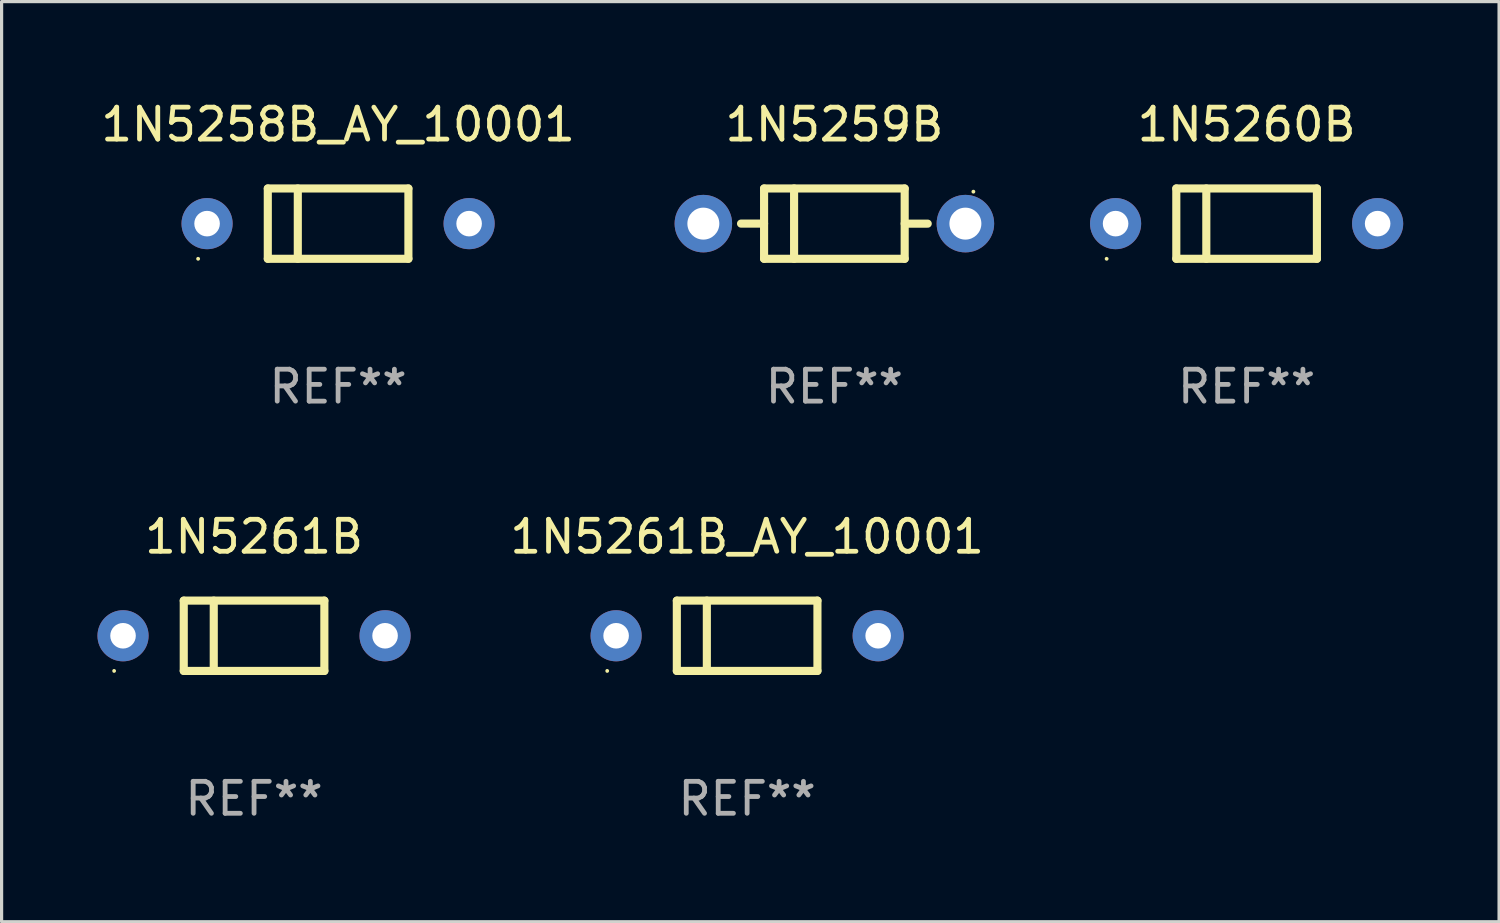
<source format=kicad_pcb>
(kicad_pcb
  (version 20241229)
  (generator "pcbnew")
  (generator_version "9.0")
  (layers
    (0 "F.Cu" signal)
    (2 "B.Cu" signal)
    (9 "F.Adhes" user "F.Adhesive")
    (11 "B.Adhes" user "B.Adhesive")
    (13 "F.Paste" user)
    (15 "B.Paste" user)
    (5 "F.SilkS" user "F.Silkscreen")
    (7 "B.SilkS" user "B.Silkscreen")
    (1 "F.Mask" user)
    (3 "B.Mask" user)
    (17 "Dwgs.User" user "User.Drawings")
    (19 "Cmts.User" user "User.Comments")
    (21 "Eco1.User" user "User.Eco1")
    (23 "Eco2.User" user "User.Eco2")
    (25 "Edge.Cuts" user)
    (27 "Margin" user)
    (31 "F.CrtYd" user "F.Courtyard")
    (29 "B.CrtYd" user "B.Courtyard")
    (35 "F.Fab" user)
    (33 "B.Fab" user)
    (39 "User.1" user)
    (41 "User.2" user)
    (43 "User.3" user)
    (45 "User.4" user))
  (footprint "1N5259B"
    (layer "F.Cu")
    (at 23.06 3.948)
    (property "Reference" "1N5259B" (at 0 -3.1 0) (layer "F.SilkS") (effects (font (size 1 1) (thickness 0.15))))
    (attr through_hole)
    (fp_line (start -2.2 -1.1) (end -2.2 1.1) (stroke (width 0.254) (type solid)) (layer "F.SilkS"))
    (fp_line (start -2.2 -1.1) (end 2.2 -1.1) (stroke (width 0.254) (type solid)) (layer "F.SilkS"))
    (fp_line (start -2.2 -0.001) (end -2.921 -0.001) (stroke (width 0.254) (type solid)) (layer "F.SilkS"))
    (fp_line (start -2.2 1.1) (end 2.2 1.1) (stroke (width 0.254) (type solid)) (layer "F.SilkS"))
    (fp_line (start -1.261 -1.1) (end -1.261 1.1) (stroke (width 0.254) (type solid)) (layer "F.SilkS"))
    (fp_line (start 2.2 -1.1) (end 2.2 1.1) (stroke (width 0.254) (type solid)) (layer "F.SilkS"))
    (fp_line (start 2.2 0.001) (end 2.921 0.001) (stroke (width 0.254) (type solid)) (layer "F.SilkS"))
    (fp_circle (center 4.35 -1) (end 4.38 -1) (stroke (width 0.06) (type solid)) (fill no) (layer "F.SilkS"))
    (fp_text user "REF**" (at 0 5.1 0) (layer "F.Fab") (effects (font (size 1 1) (thickness 0.15))))
    (pad "1" thru_hole circle (at 4.1 0) (size 1.8 1.8) (drill 1) (layers "*.Cu" "*.Mask"))
    (pad "2" thru_hole circle (at -4.1 0) (size 1.8 1.8) (drill 1) (layers "*.Cu" "*.Mask")))
  (footprint "1N5261B"
    (layer "F.Cu")
    (at 4.9 16.845)
    (property "Reference" "1N5261B" (at 0 -3.1 0) (layer "F.SilkS") (effects (font (size 1 1) (thickness 0.15))))
    (attr through_hole)
    (fp_line (start -2.2 -1.1) (end -2.2 1.1) (stroke (width 0.254) (type solid)) (layer "F.SilkS"))
    (fp_line (start -2.2 -1.1) (end 2.2 -1.1) (stroke (width 0.254) (type solid)) (layer "F.SilkS"))
    (fp_line (start -2.2 1.1) (end 2.2 1.1) (stroke (width 0.254) (type solid)) (layer "F.SilkS"))
    (fp_line (start -1.261 -1.1) (end -1.261 1.1) (stroke (width 0.254) (type solid)) (layer "F.SilkS"))
    (fp_line (start 2.2 -1.1) (end 2.2 1.1) (stroke (width 0.254) (type solid)) (layer "F.SilkS"))
    (fp_circle (center -4.38 1.1) (end -4.35 1.1) (stroke (width 0.06) (type solid)) (fill no) (layer "F.SilkS"))
    (fp_text user "REF**" (at 0 5.1 0) (layer "F.Fab") (effects (font (size 1 1) (thickness 0.15))))
    (pad "1" thru_hole circle (at -4.1 0) (size 1.6 1.6) (drill 0.8) (layers "*.Cu" "*.Mask"))
    (pad "2" thru_hole circle (at 4.1 0) (size 1.6 1.6) (drill 0.8) (layers "*.Cu" "*.Mask")))
  (footprint "1N5260B"
    (layer "F.Cu")
    (at 35.96 3.948)
    (property "Reference" "1N5260B" (at 0 -3.1 0) (layer "F.SilkS") (effects (font (size 1 1) (thickness 0.15))))
    (attr through_hole)
    (fp_line (start -2.2 -1.1) (end -2.2 1.1) (stroke (width 0.254) (type solid)) (layer "F.SilkS"))
    (fp_line (start -2.2 -1.1) (end 2.2 -1.1) (stroke (width 0.254) (type solid)) (layer "F.SilkS"))
    (fp_line (start -2.2 1.1) (end 2.2 1.1) (stroke (width 0.254) (type solid)) (layer "F.SilkS"))
    (fp_line (start -1.261 -1.1) (end -1.261 1.1) (stroke (width 0.254) (type solid)) (layer "F.SilkS"))
    (fp_line (start 2.2 -1.1) (end 2.2 1.1) (stroke (width 0.254) (type solid)) (layer "F.SilkS"))
    (fp_circle (center -4.38 1.1) (end -4.35 1.1) (stroke (width 0.06) (type solid)) (fill no) (layer "F.SilkS"))
    (fp_text user "REF**" (at 0 5.1 0) (layer "F.Fab") (effects (font (size 1 1) (thickness 0.15))))
    (pad "1" thru_hole circle (at -4.1 0) (size 1.6 1.6) (drill 0.8) (layers "*.Cu" "*.Mask"))
    (pad "2" thru_hole circle (at 4.1 0) (size 1.6 1.6) (drill 0.8) (layers "*.Cu" "*.Mask")))
  (footprint "1N5258B_AY_10001"
    (layer "F.Cu")
    (at 7.53 3.948)
    (property "Reference" "1N5258B_AY_10001" (at 0 -3.1 0) (layer "F.SilkS") (effects (font (size 1 1) (thickness 0.15))))
    (attr through_hole)
    (fp_line (start -2.2 -1.1) (end -2.2 1.1) (stroke (width 0.254) (type solid)) (layer "F.SilkS"))
    (fp_line (start -2.2 -1.1) (end 2.2 -1.1) (stroke (width 0.254) (type solid)) (layer "F.SilkS"))
    (fp_line (start -2.2 1.1) (end 2.2 1.1) (stroke (width 0.254) (type solid)) (layer "F.SilkS"))
    (fp_line (start -1.261 -1.1) (end -1.261 1.1) (stroke (width 0.254) (type solid)) (layer "F.SilkS"))
    (fp_line (start 2.2 -1.1) (end 2.2 1.1) (stroke (width 0.254) (type solid)) (layer "F.SilkS"))
    (fp_circle (center -4.38 1.1) (end -4.35 1.1) (stroke (width 0.06) (type solid)) (fill no) (layer "F.SilkS"))
    (fp_text user "REF**" (at 0 5.1 0) (layer "F.Fab") (effects (font (size 1 1) (thickness 0.15))))
    (pad "1" thru_hole circle (at -4.1 0) (size 1.6 1.6) (drill 0.8) (layers "*.Cu" "*.Mask"))
    (pad "2" thru_hole circle (at 4.1 0) (size 1.6 1.6) (drill 0.8) (layers "*.Cu" "*.Mask")))
  (footprint "1N5261B_AY_10001"
    (layer "F.Cu")
    (at 20.33 16.845)
    (property "Reference" "1N5261B_AY_10001" (at 0 -3.1 0) (layer "F.SilkS") (effects (font (size 1 1) (thickness 0.15))))
    (attr through_hole)
    (fp_line (start -2.2 -1.1) (end -2.2 1.1) (stroke (width 0.254) (type solid)) (layer "F.SilkS"))
    (fp_line (start -2.2 -1.1) (end 2.2 -1.1) (stroke (width 0.254) (type solid)) (layer "F.SilkS"))
    (fp_line (start -2.2 1.1) (end 2.2 1.1) (stroke (width 0.254) (type solid)) (layer "F.SilkS"))
    (fp_line (start -1.261 -1.1) (end -1.261 1.1) (stroke (width 0.254) (type solid)) (layer "F.SilkS"))
    (fp_line (start 2.2 -1.1) (end 2.2 1.1) (stroke (width 0.254) (type solid)) (layer "F.SilkS"))
    (fp_circle (center -4.38 1.1) (end -4.35 1.1) (stroke (width 0.06) (type solid)) (fill no) (layer "F.SilkS"))
    (fp_text user "REF**" (at 0 5.1 0) (layer "F.Fab") (effects (font (size 1 1) (thickness 0.15))))
    (pad "1" thru_hole circle (at -4.1 0) (size 1.6 1.6) (drill 0.8) (layers "*.Cu" "*.Mask"))
    (pad "2" thru_hole circle (at 4.1 0) (size 1.6 1.6) (drill 0.8) (layers "*.Cu" "*.Mask")))
  (gr_rect
    (start -3 -3)
    (end 43.86 25.793)
    (stroke (width 0.1) (type default))
    (fill no)
    (layer "Edge.Cuts")))
</source>
